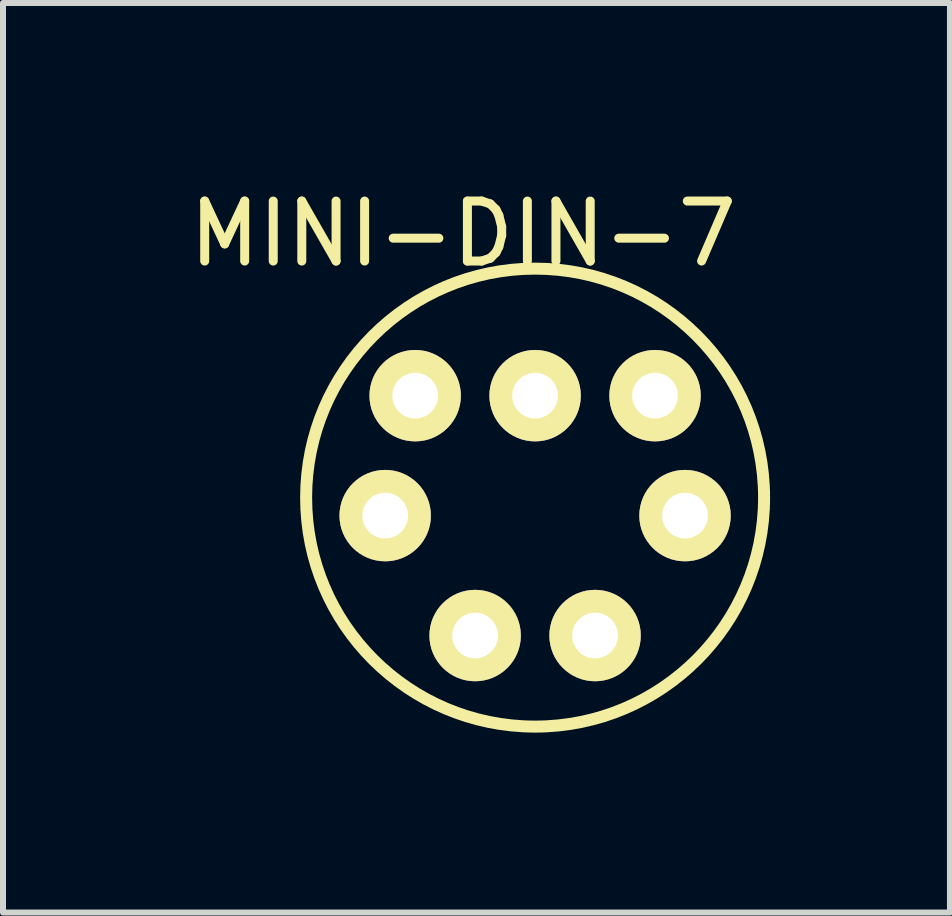
<source format=kicad_pcb>
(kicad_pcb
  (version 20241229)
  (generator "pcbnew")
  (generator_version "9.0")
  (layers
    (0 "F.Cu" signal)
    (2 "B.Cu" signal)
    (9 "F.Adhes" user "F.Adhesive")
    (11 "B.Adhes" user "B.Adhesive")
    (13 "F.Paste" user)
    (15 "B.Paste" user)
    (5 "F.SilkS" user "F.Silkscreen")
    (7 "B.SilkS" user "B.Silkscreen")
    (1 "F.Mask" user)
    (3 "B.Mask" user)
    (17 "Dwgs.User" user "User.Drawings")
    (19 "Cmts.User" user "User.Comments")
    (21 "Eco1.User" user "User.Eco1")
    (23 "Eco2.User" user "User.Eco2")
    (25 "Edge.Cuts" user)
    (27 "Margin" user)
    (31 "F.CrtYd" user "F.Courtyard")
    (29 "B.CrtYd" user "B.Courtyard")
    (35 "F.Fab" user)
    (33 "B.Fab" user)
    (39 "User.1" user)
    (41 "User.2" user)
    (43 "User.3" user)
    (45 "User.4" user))
  (footprint "MINI-DIN-7"
    (layer "F.Cu")
    (at 5.873 5.548)
    (property "Reference" "MINI-DIN-7" (at -1.2 -4.7 0) (layer "F.SilkS") (effects (font (size 1 1) (thickness 0.15))))
    (attr through_hole)
    (fp_circle (center 0 -0.3) (end 2.7 2.4) (stroke (width 0.2) (type solid)) (fill no) (layer "F.SilkS"))
    (pad "1" thru_hole circle (at 1 2) (size 1.524 1.524) (drill 0.762) (layers "*.Cu" "*.Mask" "F.SilkS"))
    (pad "2" thru_hole circle (at -1 2) (size 1.524 1.524) (drill 0.762) (layers "*.Cu" "*.Mask" "F.SilkS"))
    (pad "3" thru_hole circle (at 2.5 0) (size 1.524 1.524) (drill 0.762) (layers "*.Cu" "*.Mask" "F.SilkS"))
    (pad "4" thru_hole circle (at -2.5 0) (size 1.524 1.524) (drill 0.762) (layers "*.Cu" "*.Mask" "F.SilkS"))
    (pad "5" thru_hole circle (at 2 -2) (size 1.524 1.524) (drill 0.762) (layers "*.Cu" "*.Mask" "F.SilkS"))
    (pad "6" thru_hole circle (at 0 -2) (size 1.524 1.524) (drill 0.762) (layers "*.Cu" "*.Mask" "F.SilkS"))
    (pad "7" thru_hole circle (at -2 -2) (size 1.524 1.524) (drill 0.762) (layers "*.Cu" "*.Mask" "F.SilkS")))
  (gr_rect
    (start -3 -3)
    (end 12.791 12.167)
    (stroke (width 0.1) (type default))
    (fill no)
    (layer "Edge.Cuts")))
</source>
